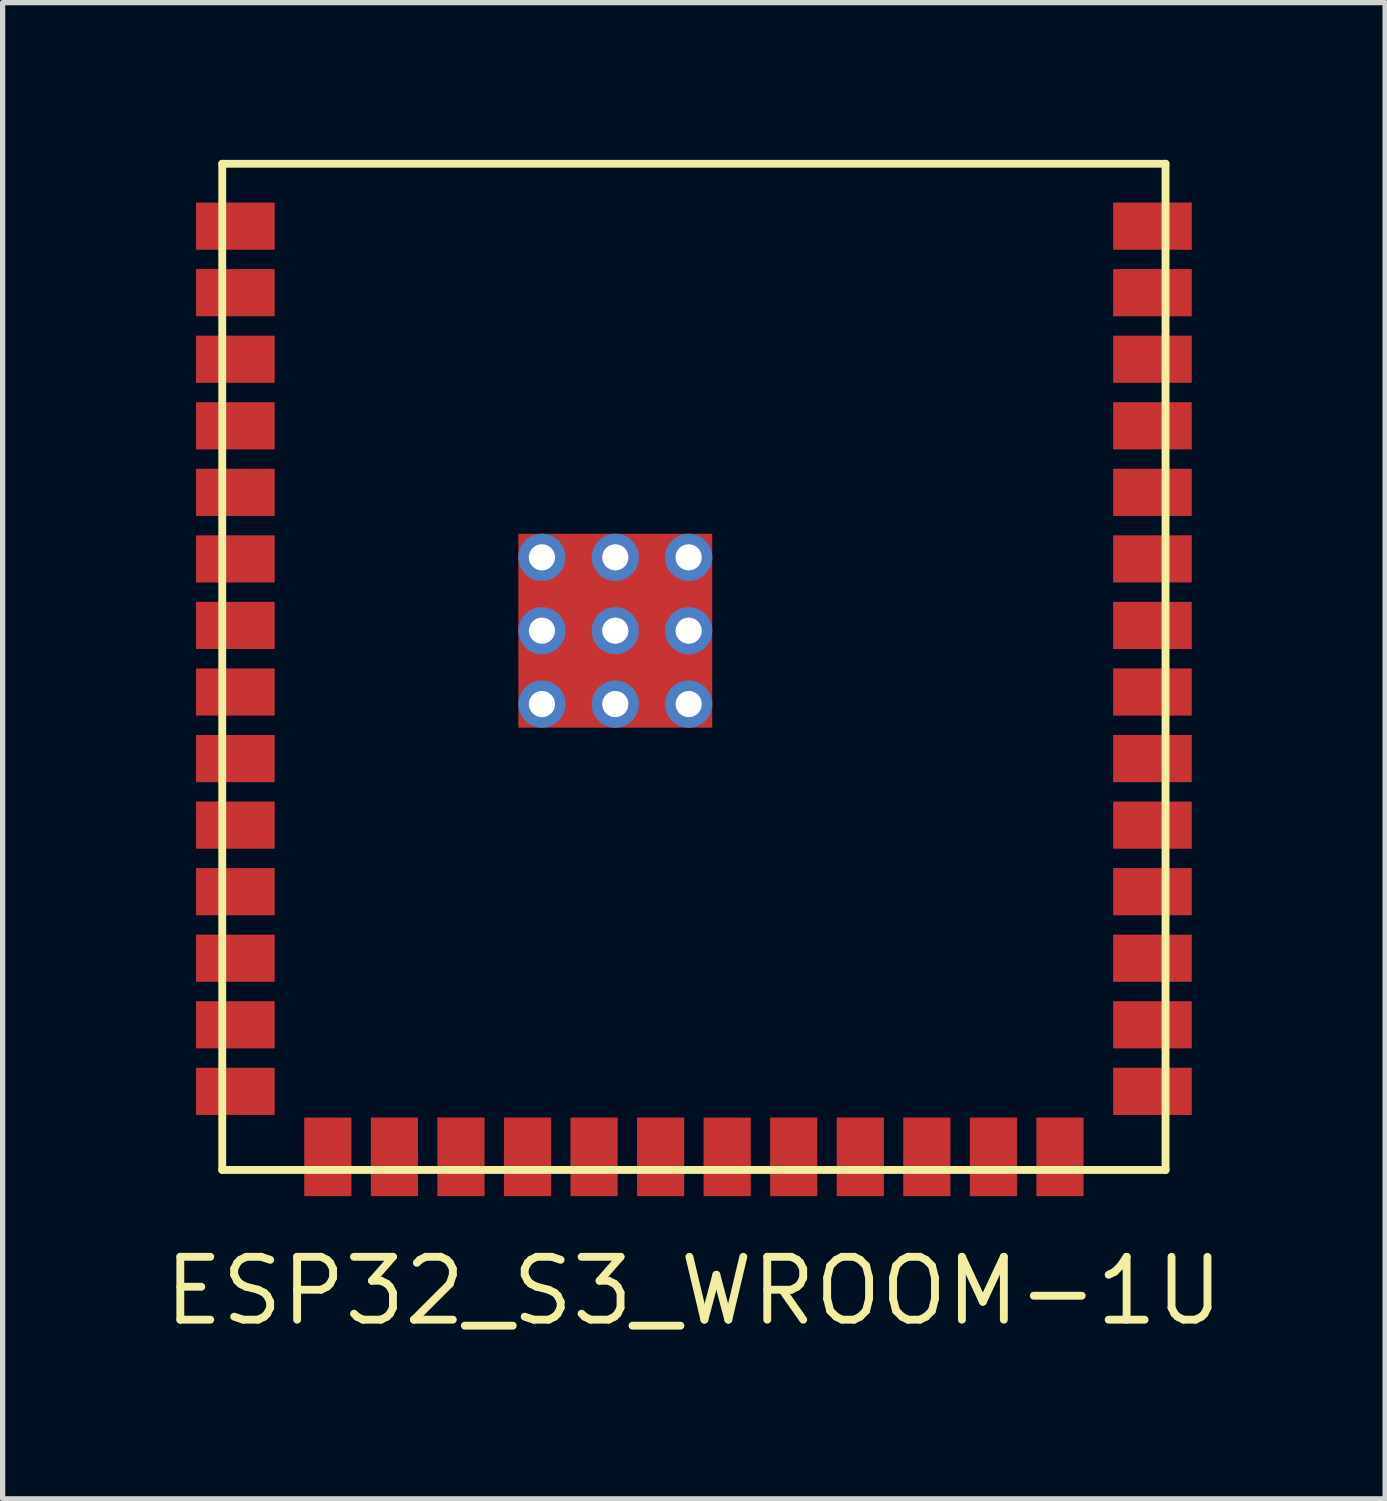
<source format=kicad_pcb>
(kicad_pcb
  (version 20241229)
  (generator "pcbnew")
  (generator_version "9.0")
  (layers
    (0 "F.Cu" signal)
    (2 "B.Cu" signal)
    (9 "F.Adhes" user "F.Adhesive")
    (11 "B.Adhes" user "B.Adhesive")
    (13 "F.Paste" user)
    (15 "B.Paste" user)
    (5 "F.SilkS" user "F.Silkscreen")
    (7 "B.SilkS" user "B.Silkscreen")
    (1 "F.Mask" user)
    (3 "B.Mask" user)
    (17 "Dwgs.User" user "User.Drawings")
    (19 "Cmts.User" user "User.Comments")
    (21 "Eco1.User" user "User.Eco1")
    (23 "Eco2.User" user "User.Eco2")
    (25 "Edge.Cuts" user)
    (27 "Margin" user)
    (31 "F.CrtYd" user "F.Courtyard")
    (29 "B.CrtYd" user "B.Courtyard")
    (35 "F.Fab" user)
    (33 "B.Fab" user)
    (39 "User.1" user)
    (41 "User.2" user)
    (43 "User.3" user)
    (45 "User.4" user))
  (footprint "ESP32_S3_WROOM-1U"
    (layer "F.Cu")
    (at 10.191 10.155)
    (property "Reference" "ESP32_S3_WROOM-1U" (at 0 11.43 0) (layer "F.SilkS") (effects (font (size 1.2 1.2) (thickness 0.15))))
    (attr through_hole)
    (fp_line (start -9 -10.08) (end 9 -10.08) (stroke (width 0.15) (type solid)) (layer "F.SilkS"))
    (fp_line (start -9 9.12) (end -9 -10.08) (stroke (width 0.15) (type solid)) (layer "F.SilkS"))
    (fp_line (start 9 -10.08) (end 9 9.12) (stroke (width 0.15) (type solid)) (layer "F.SilkS"))
    (fp_line (start 9 9.12) (end -9 9.12) (stroke (width 0.15) (type solid)) (layer "F.SilkS"))
    (pad "1" smd rect (at -8.75 -8.89) (size 1.5 0.9) (layers "F.Cu" "F.Mask" "F.Paste"))
    (pad "2" smd rect (at -8.75 -7.62) (size 1.5 0.9) (layers "F.Cu" "F.Mask" "F.Paste"))
    (pad "3" smd rect (at -8.75 -6.35) (size 1.5 0.9) (layers "F.Cu" "F.Mask" "F.Paste"))
    (pad "4" smd rect (at -8.75 -5.08) (size 1.5 0.9) (layers "F.Cu" "F.Mask" "F.Paste"))
    (pad "5" smd rect (at -8.75 -3.81) (size 1.5 0.9) (layers "F.Cu" "F.Mask" "F.Paste"))
    (pad "6" smd rect (at -8.75 -2.54) (size 1.5 0.9) (layers "F.Cu" "F.Mask" "F.Paste"))
    (pad "7" smd rect (at -8.75 -1.27) (size 1.5 0.9) (layers "F.Cu" "F.Mask" "F.Paste"))
    (pad "8" smd rect (at -8.75 0) (size 1.5 0.9) (layers "F.Cu" "F.Mask" "F.Paste"))
    (pad "9" smd rect (at -8.75 1.27) (size 1.5 0.9) (layers "F.Cu" "F.Mask" "F.Paste"))
    (pad "10" smd rect (at -8.75 2.54) (size 1.5 0.9) (layers "F.Cu" "F.Mask" "F.Paste"))
    (pad "11" smd rect (at -8.75 3.81) (size 1.5 0.9) (layers "F.Cu" "F.Mask" "F.Paste"))
    (pad "12" smd rect (at -8.75 5.08) (size 1.5 0.9) (layers "F.Cu" "F.Mask" "F.Paste"))
    (pad "13" smd rect (at -8.75 6.35) (size 1.5 0.9) (layers "F.Cu" "F.Mask" "F.Paste"))
    (pad "14" smd rect (at -8.75 7.62) (size 1.5 0.9) (layers "F.Cu" "F.Mask" "F.Paste"))
    (pad "15" smd rect (at -6.985 8.87) (size 0.9 1.5) (layers "F.Cu" "F.Mask" "F.Paste"))
    (pad "16" smd rect (at -5.715 8.87) (size 0.9 1.5) (layers "F.Cu" "F.Mask" "F.Paste"))
    (pad "17" smd rect (at -4.445 8.87) (size 0.9 1.5) (layers "F.Cu" "F.Mask" "F.Paste"))
    (pad "18" smd rect (at -3.175 8.87) (size 0.9 1.5) (layers "F.Cu" "F.Mask" "F.Paste"))
    (pad "19" smd rect (at -1.905 8.87) (size 0.9 1.5) (layers "F.Cu" "F.Mask" "F.Paste"))
    (pad "20" smd rect (at -0.635 8.87) (size 0.9 1.5) (layers "F.Cu" "F.Mask" "F.Paste"))
    (pad "21" smd rect (at 0.635 8.87) (size 0.9 1.5) (layers "F.Cu" "F.Mask" "F.Paste"))
    (pad "22" smd rect (at 1.905 8.87) (size 0.9 1.5) (layers "F.Cu" "F.Mask" "F.Paste"))
    (pad "23" smd rect (at 3.175 8.87) (size 0.9 1.5) (layers "F.Cu" "F.Mask" "F.Paste"))
    (pad "24" smd rect (at 4.445 8.87) (size 0.9 1.5) (layers "F.Cu" "F.Mask" "F.Paste"))
    (pad "25" smd rect (at 5.715 8.87) (size 0.9 1.5) (layers "F.Cu" "F.Mask" "F.Paste"))
    (pad "26" smd rect (at 6.985 8.87) (size 0.9 1.5) (layers "F.Cu" "F.Mask" "F.Paste"))
    (pad "27" smd rect (at 8.75 7.62) (size 1.5 0.9) (layers "F.Cu" "F.Mask" "F.Paste"))
    (pad "28" smd rect (at 8.75 6.35) (size 1.5 0.9) (layers "F.Cu" "F.Mask" "F.Paste"))
    (pad "29" smd rect (at 8.75 5.08) (size 1.5 0.9) (layers "F.Cu" "F.Mask" "F.Paste"))
    (pad "30" smd rect (at 8.75 3.81) (size 1.5 0.9) (layers "F.Cu" "F.Mask" "F.Paste"))
    (pad "31" smd rect (at 8.75 2.54) (size 1.5 0.9) (layers "F.Cu" "F.Mask" "F.Paste"))
    (pad "32" smd rect (at 8.75 1.27) (size 1.5 0.9) (layers "F.Cu" "F.Mask" "F.Paste"))
    (pad "33" smd rect (at 8.75 0) (size 1.5 0.9) (layers "F.Cu" "F.Mask" "F.Paste"))
    (pad "34" smd rect (at 8.75 -1.27) (size 1.5 0.9) (layers "F.Cu" "F.Mask" "F.Paste"))
    (pad "35" smd rect (at 8.75 -2.54) (size 1.5 0.9) (layers "F.Cu" "F.Mask" "F.Paste"))
    (pad "36" smd rect (at 8.75 -3.81) (size 1.5 0.9) (layers "F.Cu" "F.Mask" "F.Paste"))
    (pad "37" smd rect (at 8.75 -5.08) (size 1.5 0.9) (layers "F.Cu" "F.Mask" "F.Paste"))
    (pad "38" smd rect (at 8.75 -6.35) (size 1.5 0.9) (layers "F.Cu" "F.Mask" "F.Paste"))
    (pad "39" smd rect (at 8.75 -7.62) (size 1.5 0.9) (layers "F.Cu" "F.Mask" "F.Paste"))
    (pad "40" smd rect (at 8.75 -8.89) (size 1.5 0.9) (layers "F.Cu" "F.Mask" "F.Paste"))
    (pad "EPad" thru_hole circle (at -2.9 -2.57) (size 0.9 0.9) (drill 0.5) (layers "*.Cu" "*.Mask"))
    (pad "EPad" thru_hole circle (at -2.9 -1.17) (size 0.9 0.9) (drill 0.5) (layers "*.Cu" "*.Mask"))
    (pad "EPad" thru_hole circle (at -2.9 0.23) (size 0.9 0.9) (drill 0.5) (layers "*.Cu" "*.Mask"))
    (pad "EPad" thru_hole circle (at -1.5 -2.57) (size 0.9 0.9) (drill 0.5) (layers "*.Cu" "*.Mask"))
    (pad "EPad" thru_hole circle (at -1.5 -1.17) (size 0.9 0.9) (drill 0.5) (layers "*.Cu" "*.Mask"))
    (pad "EPad" smd rect (at -1.5 -1.17) (size 3.7 3.7) (layers "F.Cu" "F.Mask" "F.Paste"))
    (pad "EPad" thru_hole circle (at -1.5 0.23) (size 0.9 0.9) (drill 0.5) (layers "*.Cu" "*.Mask"))
    (pad "EPad" thru_hole circle (at -0.1 -2.57) (size 0.9 0.9) (drill 0.5) (layers "*.Cu" "*.Mask"))
    (pad "EPad" thru_hole circle (at -0.1 -1.17) (size 0.9 0.9) (drill 0.5) (layers "*.Cu" "*.Mask"))
    (pad "EPad" thru_hole circle (at -0.1 0.23) (size 0.9 0.9) (drill 0.5) (layers "*.Cu" "*.Mask")))
  (gr_rect
    (start -3 -3)
    (end 23.381 25.55)
    (stroke (width 0.1) (type default))
    (fill no)
    (layer "Edge.Cuts")))
</source>
